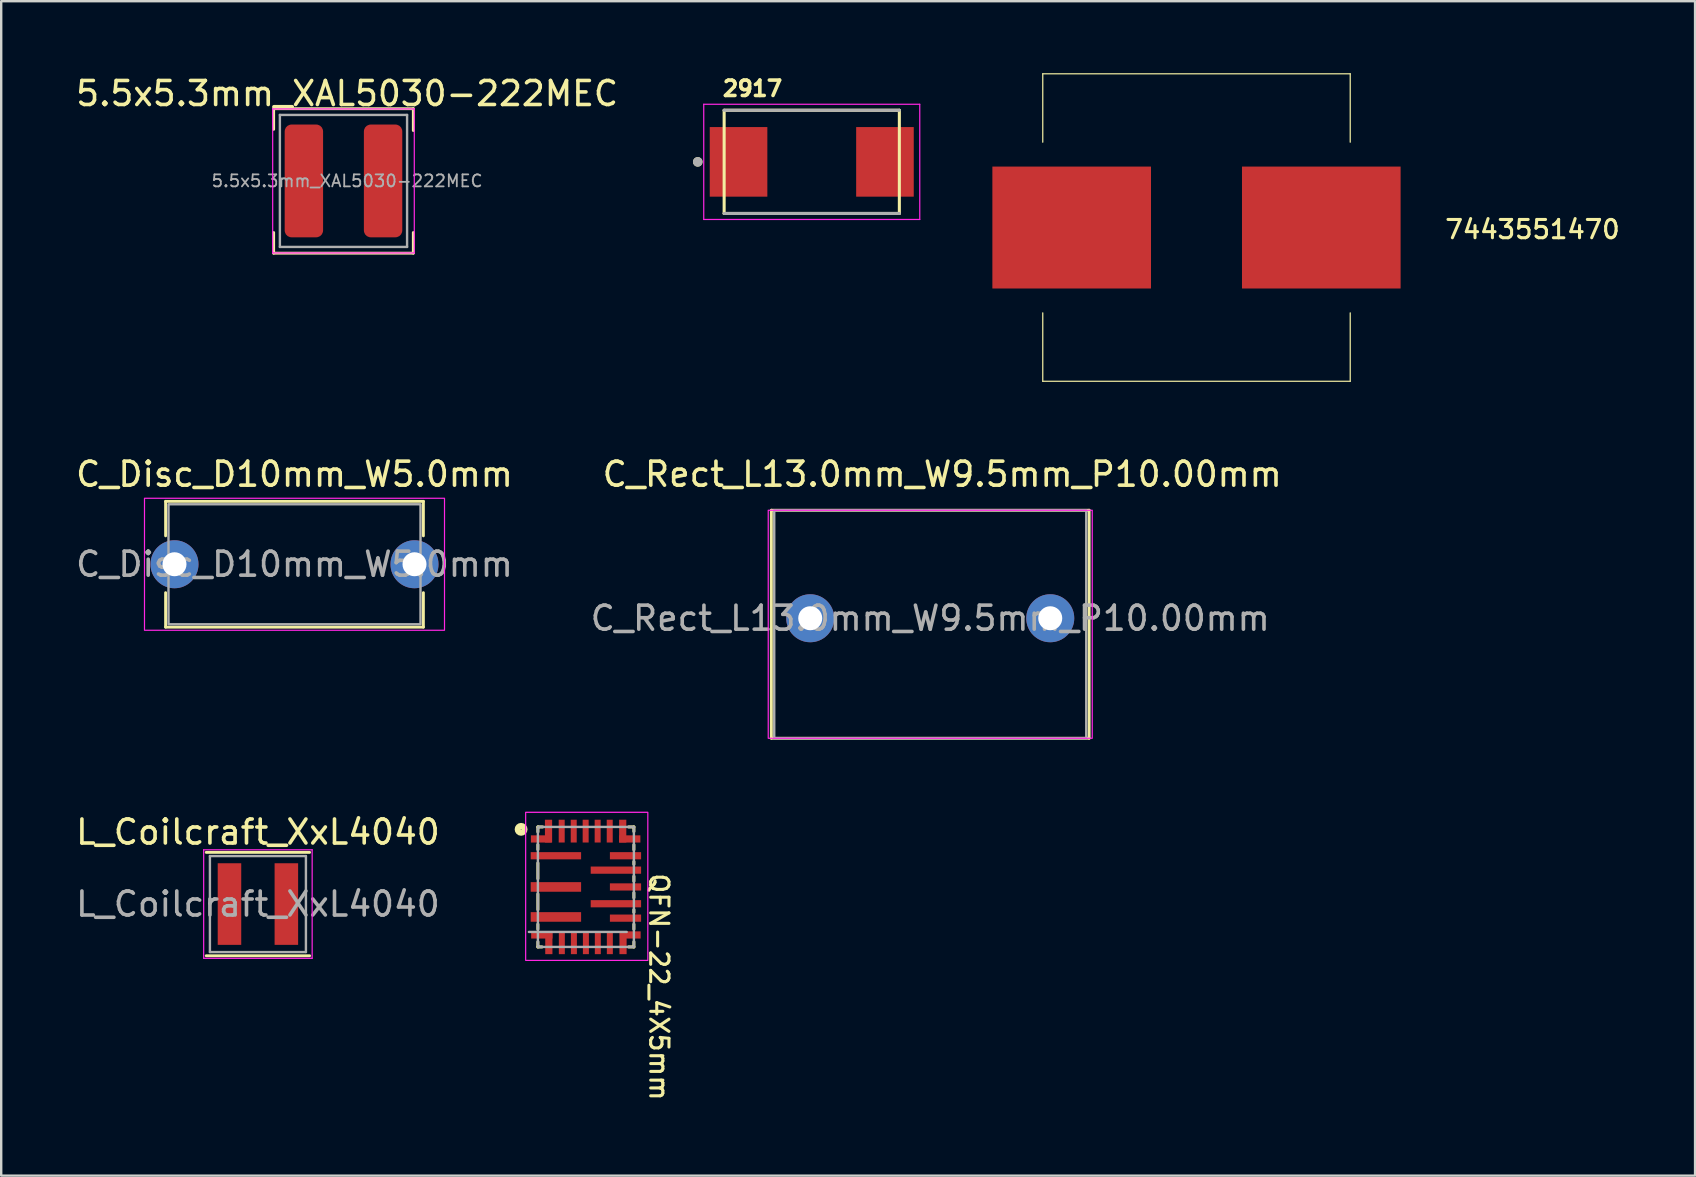
<source format=kicad_pcb>
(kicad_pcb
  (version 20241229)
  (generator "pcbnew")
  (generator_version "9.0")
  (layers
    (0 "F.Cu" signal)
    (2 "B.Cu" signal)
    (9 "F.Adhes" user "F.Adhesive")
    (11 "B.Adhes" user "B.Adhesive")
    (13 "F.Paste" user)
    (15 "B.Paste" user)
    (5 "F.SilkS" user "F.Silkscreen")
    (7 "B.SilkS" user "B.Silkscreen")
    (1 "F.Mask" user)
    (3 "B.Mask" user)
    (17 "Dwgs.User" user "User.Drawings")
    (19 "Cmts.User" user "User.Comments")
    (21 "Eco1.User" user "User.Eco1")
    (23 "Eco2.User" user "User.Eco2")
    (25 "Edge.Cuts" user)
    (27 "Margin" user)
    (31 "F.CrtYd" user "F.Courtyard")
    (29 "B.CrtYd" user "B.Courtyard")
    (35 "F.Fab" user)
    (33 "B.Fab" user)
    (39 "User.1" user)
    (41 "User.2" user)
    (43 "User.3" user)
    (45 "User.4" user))
  (footprint "5.5x5.3mm_XAL5030-222MEC"
    (layer "F.Cu")
    (at 11.111 4.488)
    (property "Reference" "5.5x5.3mm_XAL5030-222MEC" (at 0.3 -3.64 0) (layer "F.SilkS") (effects (font (size 1 1) (thickness 0.15))))
    (attr smd)
    (fp_line (start -2.76 -3.01) (end -2.76 -2.15) (stroke (width 0.12) (type solid)) (layer "F.SilkS"))
    (fp_line (start -2.76 -3.01) (end 3.06 -3.01) (stroke (width 0.12) (type solid)) (layer "F.SilkS"))
    (fp_line (start -2.76 3.01) (end -2.76 2.15) (stroke (width 0.12) (type solid)) (layer "F.SilkS"))
    (fp_line (start -2.76 3.01) (end 3.06 3.01) (stroke (width 0.12) (type solid)) (layer "F.SilkS"))
    (fp_line (start 3.06 -3.01) (end 3.06 -2.1) (stroke (width 0.12) (type solid)) (layer "F.SilkS"))
    (fp_line (start 3.06 3.01) (end 3.06 2.15) (stroke (width 0.12) (type solid)) (layer "F.SilkS"))
    (fp_line (start -2.8 -3) (end -2.8 3) (stroke (width 0.05) (type solid)) (layer "F.CrtYd"))
    (fp_line (start -2.8 3) (end 3.1 3) (stroke (width 0.05) (type solid)) (layer "F.CrtYd"))
    (fp_line (start 3.1 -3) (end -2.8 -3) (stroke (width 0.05) (type solid)) (layer "F.CrtYd"))
    (fp_line (start 3.1 3) (end 3.1 -3) (stroke (width 0.05) (type solid)) (layer "F.CrtYd"))
    (fp_line (start -2.5 -2.75) (end -2.5 2.75) (stroke (width 0.1) (type solid)) (layer "F.Fab"))
    (fp_line (start -2.5 2.75) (end 2.8 2.75) (stroke (width 0.1) (type solid)) (layer "F.Fab"))
    (fp_line (start 2.8 -2.75) (end -2.5 -2.75) (stroke (width 0.1) (type solid)) (layer "F.Fab"))
    (fp_line (start 2.8 2.75) (end 2.8 -2.75) (stroke (width 0.1) (type solid)) (layer "F.Fab"))
    (fp_text user "${REFERENCE}" (at 0.3 0 0) (layer "F.Fab") (effects (font (size 0.5 0.5) (thickness 0.075))))
    (pad "1" smd roundrect (at -1.5 0) (size 1.6 4.7) (layers "F.Cu" "F.Mask" "F.Paste") (roundrect_rratio 0.179))
    (pad "2" smd roundrect (at 1.8 0) (size 1.6 4.7) (layers "F.Cu" "F.Mask" "F.Paste") (roundrect_rratio 0.179)))
  (footprint "C_Disc_D10mm_W5.0mm"
    (layer "F.Cu")
    (at 4.22 20.459)
    (property "Reference" "C_Disc_D10mm_W5.0mm" (at 5 -3.75 0) (layer "F.SilkS") (effects (font (size 1 1) (thickness 0.15))))
    (attr through_hole)
    (fp_line (start -0.37 -2.62) (end 10.37 -2.62) (stroke (width 0.12) (type solid)) (layer "F.SilkS"))
    (fp_line (start -0.37 -1.184) (end -0.37 -2.62) (stroke (width 0.12) (type solid)) (layer "F.SilkS"))
    (fp_line (start -0.37 2.62) (end -0.37 1.184) (stroke (width 0.12) (type solid)) (layer "F.SilkS"))
    (fp_line (start 10.37 -2.62) (end 10.37 -1.184) (stroke (width 0.12) (type solid)) (layer "F.SilkS"))
    (fp_line (start 10.37 1.184) (end 10.37 2.62) (stroke (width 0.12) (type solid)) (layer "F.SilkS"))
    (fp_line (start 10.37 2.62) (end -0.37 2.62) (stroke (width 0.12) (type solid)) (layer "F.SilkS"))
    (fp_rect (start -1.25 -2.75) (end 11.25 2.75) (stroke (width 0.05) (type solid)) (fill no) (layer "F.CrtYd"))
    (fp_rect (start -0.25 -2.5) (end 10.25 2.5) (stroke (width 0.1) (type solid)) (fill no) (layer "F.Fab"))
    (fp_text user "${REFERENCE}" (at 5 0 0) (layer "F.Fab") (effects (font (size 1 1) (thickness 0.15))))
    (pad "1" thru_hole circle (at 0 0) (size 2 2) (drill 1) (layers "*.Cu" "*.Mask"))
    (pad "2" thru_hole circle (at 10 0) (size 2 2) (drill 1) (layers "*.Cu" "*.Mask")))
  (footprint "QFN-22_4X5mm"
    (layer "F.Cu")
    (at 21.361 33.904)
    (property "Reference" "QFN-22_4X5mm" (at 2.599 -0.635 270) (unlocked yes) (layer "F.SilkS") (effects (font (size 0.762 0.762) (thickness 0.127)) (justify left bottom)))
    (fp_line (start -2 -2.5) (end -2 -2.293) (stroke (width 0.127) (type solid)) (layer "F.SilkS"))
    (fp_line (start -2 -2.5) (end -1.803 -2.5) (stroke (width 0.127) (type solid)) (layer "F.SilkS"))
    (fp_line (start -2 -1.764) (end -2 -1.556) (stroke (width 0.127) (type solid)) (layer "F.SilkS"))
    (fp_line (start -2 -0.997) (end -2 -0.343) (stroke (width 0.127) (type solid)) (layer "F.SilkS"))
    (fp_line (start -2 0.293) (end -2 0.947) (stroke (width 0.127) (type solid)) (layer "F.SilkS"))
    (fp_line (start -2 1.553) (end -2 1.76) (stroke (width 0.127) (type solid)) (layer "F.SilkS"))
    (fp_line (start -2 2.286) (end -2 2.5) (stroke (width 0.127) (type solid)) (layer "F.SilkS"))
    (fp_line (start -2 2.5) (end -1.829 2.5) (stroke (width 0.127) (type solid)) (layer "F.SilkS"))
    (fp_line (start 1.778 -2.5) (end 2 -2.5) (stroke (width 0.127) (type solid)) (layer "F.SilkS"))
    (fp_line (start 1.778 2.5) (end 2 2.5) (stroke (width 0.127) (type solid)) (layer "F.SilkS"))
    (fp_line (start 2 -2.5) (end 2 -2.311) (stroke (width 0.127) (type solid)) (layer "F.SilkS"))
    (fp_line (start 2 -1.757) (end 2 -1.55) (stroke (width 0.127) (type solid)) (layer "F.SilkS"))
    (fp_line (start 2 -1.057) (end 2 -0.943) (stroke (width 0.127) (type solid)) (layer "F.SilkS"))
    (fp_line (start 2 -0.447) (end 2 -0.24) (stroke (width 0.127) (type solid)) (layer "F.SilkS"))
    (fp_line (start 2 0.243) (end 2 0.45) (stroke (width 0.127) (type solid)) (layer "F.SilkS"))
    (fp_line (start 2 0.946) (end 2 1.06) (stroke (width 0.127) (type solid)) (layer "F.SilkS"))
    (fp_line (start 2 1.553) (end 2 1.76) (stroke (width 0.127) (type solid)) (layer "F.SilkS"))
    (fp_line (start 2 2.286) (end 2 2.5) (stroke (width 0.127) (type solid)) (layer "F.SilkS"))
    (fp_circle (center -2.7 -2.4) (end -2.559 -2.4) (stroke (width 0.254) (type solid)) (fill no) (layer "F.SilkS"))
    (fp_rect (start -2.51 -3.11) (end 2.58 3.06) (stroke (width 0.05) (type default)) (fill no) (layer "F.CrtYd"))
    (fp_line (start 1.7 1.875) (end -2.375 1.875) (stroke (width 0.1) (type default)) (layer "F.Fab"))
    (fp_rect (start -2 -2.5) (end 2 2.5) (stroke (width 0.1) (type default)) (fill no) (layer "F.Fab"))
    (pad "1" smd rect (at -1.25 -1.3) (size 2.1 0.3) (layers "F.Cu" "F.Mask" "F.Paste"))
    (pad "2" smd rect (at -1.25 0) (size 2.1 0.4) (layers "F.Cu" "F.Mask" "F.Paste"))
    (pad "3" smd rect (at -1.25 1.25) (size 2.1 0.4) (layers "F.Cu" "F.Mask" "F.Paste"))
    (pad "4" smd rect (at -1.837 2) (size 0.887 0.3) (layers "F.Cu" "F.Mask" "F.Paste"))
    (pad "4" smd rect (at -1.544 2.325) (size 0.3 0.95) (layers "F.Cu" "F.Mask" "F.Paste"))
    (pad "5" smd rect (at -1.002 2.325) (size 0.25 0.95) (layers "F.Cu" "F.Mask" "F.Paste"))
    (pad "6" smd rect (at -0.5 2.325) (size 0.25 0.95) (layers "F.Cu" "F.Mask" "F.Paste"))
    (pad "7" smd rect (at 0 2.325) (size 0.25 0.95) (layers "F.Cu" "F.Mask" "F.Paste"))
    (pad "8" smd rect (at 0.497 2.325) (size 0.25 0.95) (layers "F.Cu" "F.Mask" "F.Paste"))
    (pad "9" smd rect (at 0.998 2.325) (size 0.25 0.95) (layers "F.Cu" "F.Mask" "F.Paste"))
    (pad "10" smd rect (at 1.547 2.325) (size 0.3 0.95) (layers "F.Cu" "F.Mask" "F.Paste"))
    (pad "10" smd rect (at 1.85 2) (size 0.863 0.3) (layers "F.Cu" "F.Mask" "F.Paste"))
    (pad "11" smd rect (at 1.65 1.3) (size 1.3 0.3) (layers "F.Cu" "F.Mask" "F.Paste"))
    (pad "12" smd rect (at 1.25 0.7) (size 2.1 0.3) (layers "F.Cu" "F.Mask" "F.Paste"))
    (pad "13" smd rect (at 1.65 0) (size 1.3 0.3) (layers "F.Cu" "F.Mask" "F.Paste"))
    (pad "14" smd rect (at 1.25 -0.7) (size 2.1 0.3) (layers "F.Cu" "F.Mask" "F.Paste"))
    (pad "15" smd rect (at 1.65 -1.3) (size 1.3 0.3) (layers "F.Cu" "F.Mask" "F.Paste"))
    (pad "16" smd rect (at 1.534 -2.326 180) (size 0.3 0.95) (layers "F.Cu" "F.Mask" "F.Paste"))
    (pad "16" smd rect (at 1.827 -2 180) (size 0.887 0.3) (layers "F.Cu" "F.Mask" "F.Paste"))
    (pad "17" smd rect (at 0.993 -2.326 180) (size 0.25 0.95) (layers "F.Cu" "F.Mask" "F.Paste"))
    (pad "18" smd rect (at 0.49 -2.326 180) (size 0.25 0.95) (layers "F.Cu" "F.Mask" "F.Paste"))
    (pad "19" smd rect (at -0.01 -2.326 180) (size 0.25 0.95) (layers "F.Cu" "F.Mask" "F.Paste"))
    (pad "20" smd rect (at -0.507 -2.326 180) (size 0.25 0.95) (layers "F.Cu" "F.Mask" "F.Paste"))
    (pad "21" smd rect (at -1.008 -2.326 180) (size 0.25 0.95) (layers "F.Cu" "F.Mask" "F.Paste"))
    (pad "22" smd rect (at -1.86 -2 180) (size 0.863 0.3) (layers "F.Cu" "F.Mask" "F.Paste"))
    (pad "22" smd rect (at -1.557 -2.326 180) (size 0.3 0.95) (layers "F.Cu" "F.Mask" "F.Paste")))
  (footprint "7443551470"
    (layer "F.Cu")
    (at 47.626 6.53)
    (property "Reference" "7443551470" (at 9.462 0.425 0) (unlocked yes) (layer "F.SilkS") (effects (font (size 0.762 0.762) (thickness 0.127)) (justify left bottom)))
    (fp_line (start -7.23 -6.505) (end 5.58 -6.505) (stroke (width 0.051) (type solid)) (layer "F.SilkS"))
    (fp_line (start -7.23 -3.656) (end -7.23 -6.505) (stroke (width 0.051) (type solid)) (layer "F.SilkS"))
    (fp_line (start -7.23 6.305) (end -7.23 3.456) (stroke (width 0.051) (type solid)) (layer "F.SilkS"))
    (fp_line (start -7.23 6.305) (end 5.58 6.305) (stroke (width 0.051) (type solid)) (layer "F.SilkS"))
    (fp_line (start 5.58 -3.656) (end 5.58 -6.505) (stroke (width 0.051) (type solid)) (layer "F.SilkS"))
    (fp_line (start 5.58 6.305) (end 5.58 3.456) (stroke (width 0.051) (type solid)) (layer "F.SilkS"))
    (pad "1" smd rect (at -6.025 -0.1 180) (size 6.609 5.08) (layers "F.Cu" "F.Mask" "F.Paste"))
    (pad "2" smd rect (at 4.375 -0.1 180) (size 6.609 5.08) (layers "F.Cu" "F.Mask" "F.Paste")))
  (footprint "C_Rect_L13.0mm_W9.5mm_P10.00mm"
    (layer "F.Cu")
    (at 30.708 22.709)
    (property "Reference" "C_Rect_L13.0mm_W9.5mm_P10.00mm" (at 5.5 -6 0) (layer "F.SilkS") (effects (font (size 1 1) (thickness 0.15))))
    (attr through_hole)
    (fp_line (start -1.62 -4.5) (end 11.62 -4.5) (stroke (width 0.12) (type solid)) (layer "F.SilkS"))
    (fp_line (start -1.62 5) (end -1.62 -4.5) (stroke (width 0.12) (type solid)) (layer "F.SilkS"))
    (fp_line (start 11.62 -4.5) (end 11.62 5) (stroke (width 0.12) (type solid)) (layer "F.SilkS"))
    (fp_line (start 11.62 5) (end -1.62 5) (stroke (width 0.12) (type solid)) (layer "F.SilkS"))
    (fp_rect (start -1.75 -4.5) (end 11.75 5) (stroke (width 0.05) (type solid)) (fill no) (layer "F.CrtYd"))
    (fp_rect (start -1.5 -4.5) (end 11.5 5) (stroke (width 0.1) (type solid)) (fill no) (layer "F.Fab"))
    (fp_text user "${REFERENCE}" (at 5 0 0) (layer "F.Fab") (effects (font (size 1 1) (thickness 0.15))))
    (pad "1" thru_hole circle (at 0 0) (size 2 2) (drill 1) (layers "*.Cu" "*.Mask"))
    (pad "2" thru_hole circle (at 10 0) (size 2 2) (drill 1) (layers "*.Cu" "*.Mask")))
  (footprint "2917"
    (layer "F.Cu")
    (at 30.771 3.694)
    (property "Reference" "2917" (at -2.468 -3.056 0) (layer "F.SilkS") (effects (font (size 0.64 0.64) (thickness 0.15))))
    (attr smd)
    (fp_line (start -3.65 -2.15) (end -3.65 2.15) (stroke (width 0.127) (type solid)) (layer "F.SilkS"))
    (fp_line (start -3.65 -2.15) (end 3.65 -2.15) (stroke (width 0.127) (type solid)) (layer "F.SilkS"))
    (fp_line (start -3.65 2.15) (end 3.65 2.15) (stroke (width 0.127) (type solid)) (layer "F.SilkS"))
    (fp_line (start 3.65 -2.15) (end 3.65 2.15) (stroke (width 0.127) (type solid)) (layer "F.SilkS"))
    (fp_circle (center -4.75 0) (end -4.65 0) (stroke (width 0.2) (type solid)) (fill no) (layer "F.SilkS"))
    (fp_line (start -4.5 -2.4) (end -4.5 2.4) (stroke (width 0.05) (type solid)) (layer "F.CrtYd"))
    (fp_line (start -4.5 2.4) (end 4.5 2.4) (stroke (width 0.05) (type solid)) (layer "F.CrtYd"))
    (fp_line (start 4.5 -2.4) (end -4.5 -2.4) (stroke (width 0.05) (type solid)) (layer "F.CrtYd"))
    (fp_line (start 4.5 2.4) (end 4.5 -2.4) (stroke (width 0.05) (type solid)) (layer "F.CrtYd"))
    (fp_line (start -3.65 -2.15) (end 3.65 -2.15) (stroke (width 0.127) (type solid)) (layer "F.Fab"))
    (fp_line (start -3.65 2.15) (end 3.65 2.15) (stroke (width 0.127) (type solid)) (layer "F.Fab"))
    (fp_circle (center -4.75 0) (end -4.65 0) (stroke (width 0.2) (type solid)) (fill no) (layer "F.Fab"))
    (pad "1" smd rect (at -3.05 0) (size 2.4 2.9) (layers "F.Cu" "F.Mask" "F.Paste"))
    (pad "2" smd rect (at 3.05 0) (size 2.4 2.9) (layers "F.Cu" "F.Mask" "F.Paste")))
  (footprint "L_Coilcraft_XxL4040"
    (layer "F.Cu")
    (at 7.696 34.617)
    (property "Reference" "L_Coilcraft_XxL4040" (at 0 -3 0) (layer "F.SilkS") (effects (font (size 1 1) (thickness 0.15))))
    (attr smd)
    (fp_line (start -2.154 -2.154) (end 2.154 -2.154) (stroke (width 0.12) (type solid)) (layer "F.SilkS"))
    (fp_line (start 2.154 2.154) (end -2.154 2.154) (stroke (width 0.12) (type solid)) (layer "F.SilkS"))
    (fp_line (start -2.26 -2.26) (end 2.26 -2.26) (stroke (width 0.05) (type solid)) (layer "F.CrtYd"))
    (fp_line (start -2.26 2.26) (end -2.26 -2.26) (stroke (width 0.05) (type solid)) (layer "F.CrtYd"))
    (fp_line (start 2.26 -2.26) (end 2.26 2.26) (stroke (width 0.05) (type solid)) (layer "F.CrtYd"))
    (fp_line (start 2.26 2.26) (end -2.26 2.26) (stroke (width 0.05) (type solid)) (layer "F.CrtYd"))
    (fp_line (start -2 -2) (end 2 -2) (stroke (width 0.1) (type solid)) (layer "F.Fab"))
    (fp_line (start -2 2) (end -2 -2) (stroke (width 0.1) (type solid)) (layer "F.Fab"))
    (fp_line (start 2 -2) (end 2 2) (stroke (width 0.1) (type solid)) (layer "F.Fab"))
    (fp_line (start 2 2) (end -2 2) (stroke (width 0.1) (type solid)) (layer "F.Fab"))
    (fp_text user "${REFERENCE}" (at 0 0 0) (layer "F.Fab") (effects (font (size 1 1) (thickness 0.15))))
    (pad "1" smd rect (at -1.185 0) (size 0.98 3.4) (layers "F.Cu" "F.Mask" "F.Paste"))
    (pad "2" smd rect (at 1.185 0) (size 0.98 3.4) (layers "F.Cu" "F.Mask" "F.Paste")))
  (gr_rect
    (start -3 -3)
    (end 67.574 45.932)
    (stroke (width 0.1) (type default))
    (fill no)
    (layer "Edge.Cuts")))
</source>
